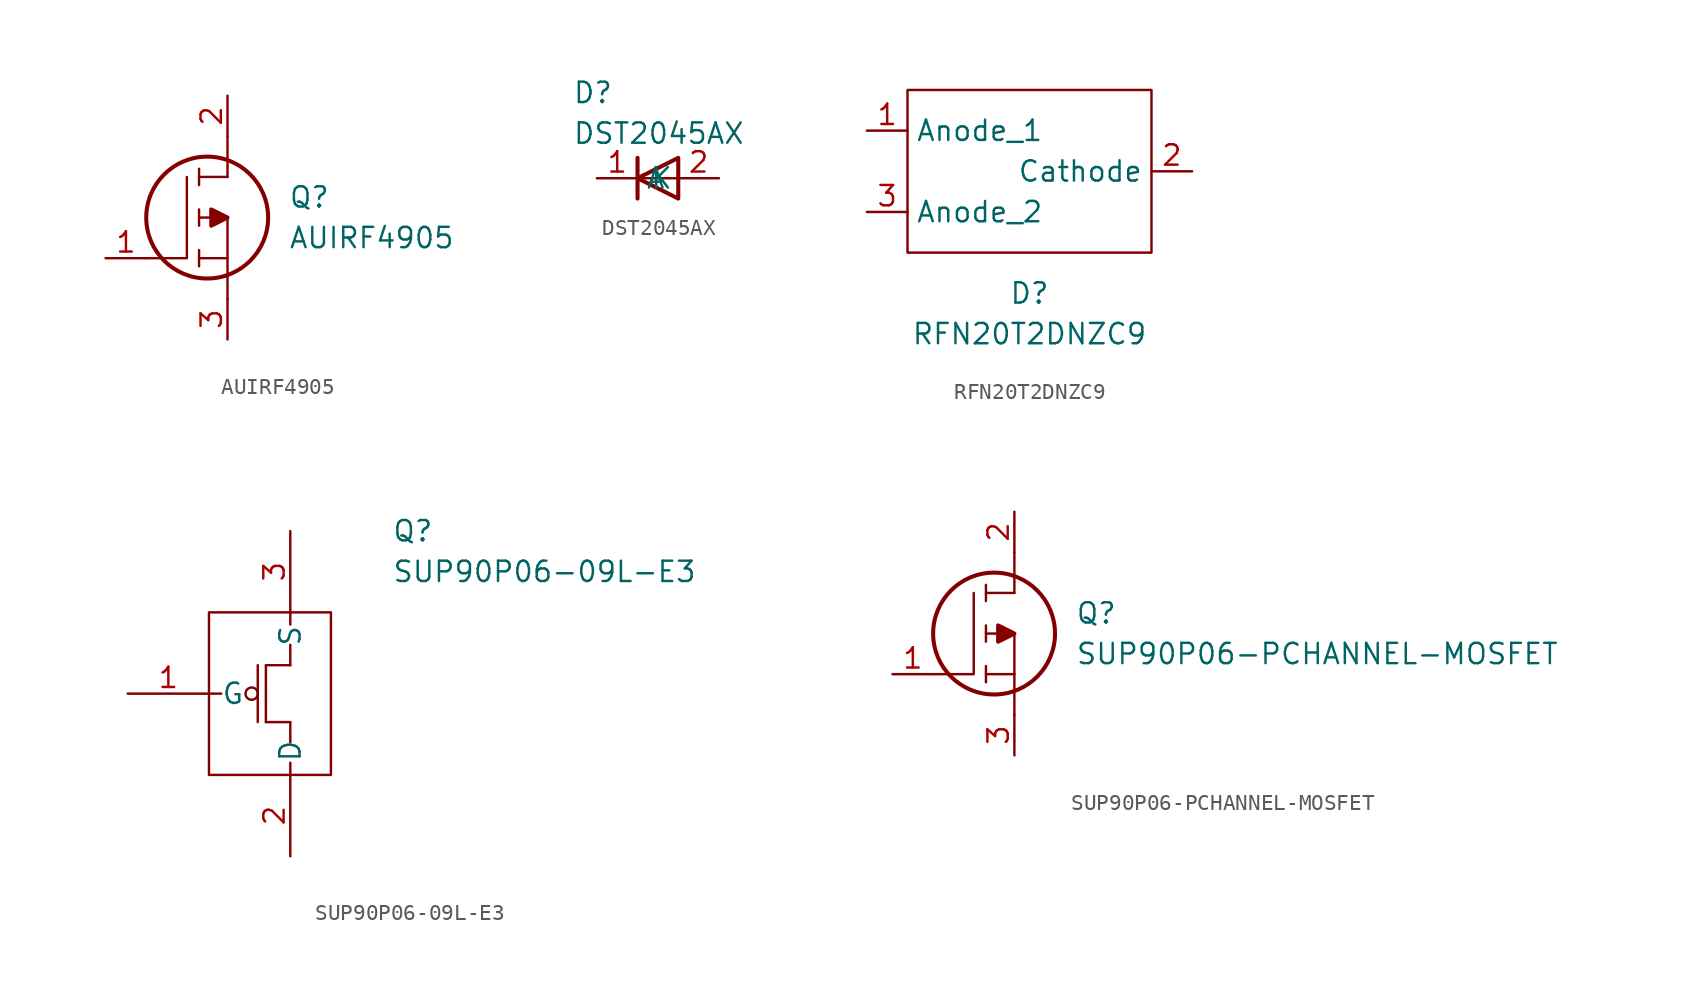
<source format=kicad_sym>
(kicad_symbol_lib
  (version 20231120)
  (generator "kicad_symbol_editor")
  (generator_version "8.0")
  (symbol "AUIRF4905"
    (pin_names
      (offset 0.762))
    (property "Reference" "Q"
      (at 11.43 3.81 0)
      (effects (font (size 1.27 1.27)) (justify left)))
    (property "Value" "AUIRF4905"
      (at 11.43 1.27 0)
      (effects (font (size 1.27 1.27)) (justify left)))
    (symbol "AUIRF4905_0_0"
      (pin passive line (at 0 0 0) (length 2.54) (name "~" (effects (font (size 1.27 1.27)))) (number "1" (effects (font (size 1.27 1.27)))))
      (pin passive line (at 7.62 10.16 270) (length 2.54) (name "~" (effects (font (size 1.27 1.27)))) (number "2" (effects (font (size 1.27 1.27)))))
      (pin passive line (at 7.62 -5.08 90) (length 2.54) (name "~" (effects (font (size 1.27 1.27)))) (number "3" (effects (font (size 1.27 1.27))))))
    (symbol "AUIRF4905_0_1"
      (polyline (pts (xy 5.842 -0.508) (xy 5.842 0.508)) (stroke (width 0.152) (type default)) (fill (type none)))
      (polyline (pts (xy 5.842 0) (xy 7.62 0)) (stroke (width 0.152) (type default)) (fill (type none)))
      (polyline (pts (xy 5.842 2.032) (xy 5.842 3.048)) (stroke (width 0.152) (type default)) (fill (type none)))
      (polyline (pts (xy 5.842 5.588) (xy 5.842 4.572)) (stroke (width 0.152) (type default)) (fill (type none)))
      (polyline (pts (xy 7.62 2.54) (xy 5.842 2.54)) (stroke (width 0.152) (type default)) (fill (type none)))
      (polyline (pts (xy 7.62 2.54) (xy 7.62 -2.54)) (stroke (width 0.152) (type default)) (fill (type none)))
      (polyline (pts (xy 7.62 5.08) (xy 5.842 5.08)) (stroke (width 0.152) (type default)) (fill (type none)))
      (polyline (pts (xy 7.62 5.08) (xy 7.62 7.62)) (stroke (width 0.152) (type default)) (fill (type none)))
      (polyline (pts (xy 2.54 0) (xy 5.08 0) (xy 5.08 5.08)) (stroke (width 0.152) (type default)) (fill (type none)))
      (polyline (pts (xy 7.62 2.54) (xy 6.604 3.048) (xy 6.604 2.032) (xy 7.62 2.54)) (stroke (width 0.254) (type default)) (fill (type outline)))
      (circle (center 6.35 2.54) (radius 3.81) (stroke (width 0.254) (type default)) (fill (type none)))))
  (symbol "DST2045AX"
    (pin_names
      (offset 0.762))
    (property "Reference" "D"
      (at -5.334 5.334 0)
      (effects (font (size 1.27 1.27)) (justify left)))
    (property "Value" "DST2045AX"
      (at -5.334 2.794 0)
      (effects (font (size 1.27 1.27)) (justify left)))
    (symbol "DST2045AX_0_1"
      (polyline (pts (xy -1.27 1.27) (xy -1.27 -1.27)) (stroke (width 0.254) (type default)) (fill (type none)))
      (polyline (pts (xy 1.27 0) (xy -1.27 0)) (stroke (width 0) (type default)) (fill (type none)))
      (polyline (pts (xy 1.27 1.27) (xy 1.27 -1.27) (xy -1.27 0) (xy 1.27 1.27)) (stroke (width 0.254) (type default)) (fill (type none))))
    (symbol "DST2045AX_1_1"
      (pin passive line (at -3.81 0 0) (length 2.54) (name "K" (effects (font (size 1.27 1.27)))) (number "1" (effects (font (size 1.27 1.27)))))
      (pin passive line (at 3.81 0 180) (length 2.54) (name "A" (effects (font (size 1.27 1.27)))) (number "2" (effects (font (size 1.27 1.27)))))))
  (symbol "RFN20T2DNZC9"
    (property "Reference" "D"
      (at 0 -7.62 0)
      (effects (font (size 1.27 1.27))))
    (property "Value" "RFN20T2DNZC9"
      (at 0 -10.16 0)
      (effects (font (size 1.27 1.27))))
    (symbol "RFN20T2DNZC9_0_1"
      (rectangle (start -7.62 5.08) (end 7.62 -5.08) (stroke (width 0) (type default)) (fill (type none))))
    (symbol "RFN20T2DNZC9_1_1"
      (pin input line (at -10.16 2.54 0) (length 2.54) (name "Anode_1" (effects (font (size 1.27 1.27)))) (number "1" (effects (font (size 1.27 1.27)))))
      (pin input line (at 10.16 0 180) (length 2.54) (name "Cathode" (effects (font (size 1.27 1.27)))) (number "2" (effects (font (size 1.27 1.27)))))
      (pin input line (at -10.16 -2.54 0) (length 2.54) (name "Anode_2" (effects (font (size 1.27 1.27)))) (number "3" (effects (font (size 1.27 1.27)))))))
  (symbol "SUP90P06-09L-E3"
    (pin_names
      (offset 0.762))
    (property "Reference" "Q"
      (at 16.51 7.62 0)
      (effects (font (size 1.27 1.27)) (justify left)))
    (property "Value" "SUP90P06-09L-E3"
      (at 16.51 5.08 0)
      (effects (font (size 1.27 1.27)) (justify left)))
    (symbol "SUP90P06-09L-E3_0_0"
      (pin passive line (at 0 -2.54 0) (length 5.08) (name "G" (effects (font (size 1.27 1.27)))) (number "1" (effects (font (size 1.27 1.27)))))
      (pin passive line (at 10.16 -12.7 90) (length 5.08) (name "D" (effects (font (size 1.27 1.27)))) (number "2" (effects (font (size 1.27 1.27)))))
      (pin passive line (at 10.16 7.62 270) (length 5.08) (name "S" (effects (font (size 1.27 1.27)))) (number "3" (effects (font (size 1.27 1.27))))))
    (symbol "SUP90P06-09L-E3_0_1"
      (polyline (pts (xy 5.08 -2.54) (xy 5.842 -2.54)) (stroke (width 0) (type default)) (fill (type none)))
      (polyline (pts (xy 8.128 -0.762) (xy 8.128 -4.318)) (stroke (width 0) (type default)) (fill (type none)))
      (polyline (pts (xy 8.636 -4.318) (xy 8.636 -0.762)) (stroke (width 0) (type default)) (fill (type none)))
      (polyline (pts (xy 8.636 -4.318) (xy 10.16 -4.318)) (stroke (width 0) (type default)) (fill (type none)))
      (polyline (pts (xy 8.636 -0.762) (xy 10.16 -0.762)) (stroke (width 0) (type default)) (fill (type none)))
      (polyline (pts (xy 10.16 -7.62) (xy 10.16 -6.858)) (stroke (width 0) (type default)) (fill (type none)))
      (polyline (pts (xy 10.16 -4.318) (xy 10.16 -5.588)) (stroke (width 0) (type default)) (fill (type none)))
      (polyline (pts (xy 10.16 -0.762) (xy 10.16 0.508)) (stroke (width 0) (type default)) (fill (type none)))
      (polyline (pts (xy 10.16 2.54) (xy 10.16 1.778)) (stroke (width 0) (type default)) (fill (type none)))
      (polyline (pts (xy 12.7 2.54) (xy 12.7 -7.62) (xy 5.08 -7.62) (xy 5.08 2.54) (xy 12.7 2.54)) (stroke (width 0) (type default)) (fill (type none)))
      (circle (center 7.747 -2.54) (radius 0.384) (stroke (width 0) (type default)) (fill (type none)))))
  (symbol "SUP90P06-PCHANNEL-MOSFET"
    (pin_names
      (offset 0.762))
    (property "Reference" "Q"
      (at 11.43 3.81 0)
      (effects (font (size 1.27 1.27)) (justify left)))
    (property "Value" "SUP90P06-PCHANNEL-MOSFET"
      (at 11.43 1.27 0)
      (effects (font (size 1.27 1.27)) (justify left)))
    (symbol "SUP90P06-PCHANNEL-MOSFET_0_0"
      (pin passive line (at 0 0 0) (length 2.54) (name "~" (effects (font (size 1.27 1.27)))) (number "1" (effects (font (size 1.27 1.27)))))
      (pin passive line (at 7.62 10.16 270) (length 2.54) (name "~" (effects (font (size 1.27 1.27)))) (number "2" (effects (font (size 1.27 1.27)))))
      (pin passive line (at 7.62 -5.08 90) (length 2.54) (name "~" (effects (font (size 1.27 1.27)))) (number "3" (effects (font (size 1.27 1.27))))))
    (symbol "SUP90P06-PCHANNEL-MOSFET_0_1"
      (polyline (pts (xy 5.842 -0.508) (xy 5.842 0.508)) (stroke (width 0.152) (type default)) (fill (type none)))
      (polyline (pts (xy 5.842 0) (xy 7.62 0)) (stroke (width 0.152) (type default)) (fill (type none)))
      (polyline (pts (xy 5.842 2.032) (xy 5.842 3.048)) (stroke (width 0.152) (type default)) (fill (type none)))
      (polyline (pts (xy 5.842 5.588) (xy 5.842 4.572)) (stroke (width 0.152) (type default)) (fill (type none)))
      (polyline (pts (xy 7.62 2.54) (xy 5.842 2.54)) (stroke (width 0.152) (type default)) (fill (type none)))
      (polyline (pts (xy 7.62 2.54) (xy 7.62 -2.54)) (stroke (width 0.152) (type default)) (fill (type none)))
      (polyline (pts (xy 7.62 5.08) (xy 5.842 5.08)) (stroke (width 0.152) (type default)) (fill (type none)))
      (polyline (pts (xy 7.62 5.08) (xy 7.62 7.62)) (stroke (width 0.152) (type default)) (fill (type none)))
      (polyline (pts (xy 2.54 0) (xy 5.08 0) (xy 5.08 5.08)) (stroke (width 0.152) (type default)) (fill (type none)))
      (polyline (pts (xy 7.62 2.54) (xy 6.604 3.048) (xy 6.604 2.032) (xy 7.62 2.54)) (stroke (width 0.254) (type default)) (fill (type outline)))
      (circle (center 6.35 2.54) (radius 3.81) (stroke (width 0.254) (type default)) (fill (type none))))))
</source>
